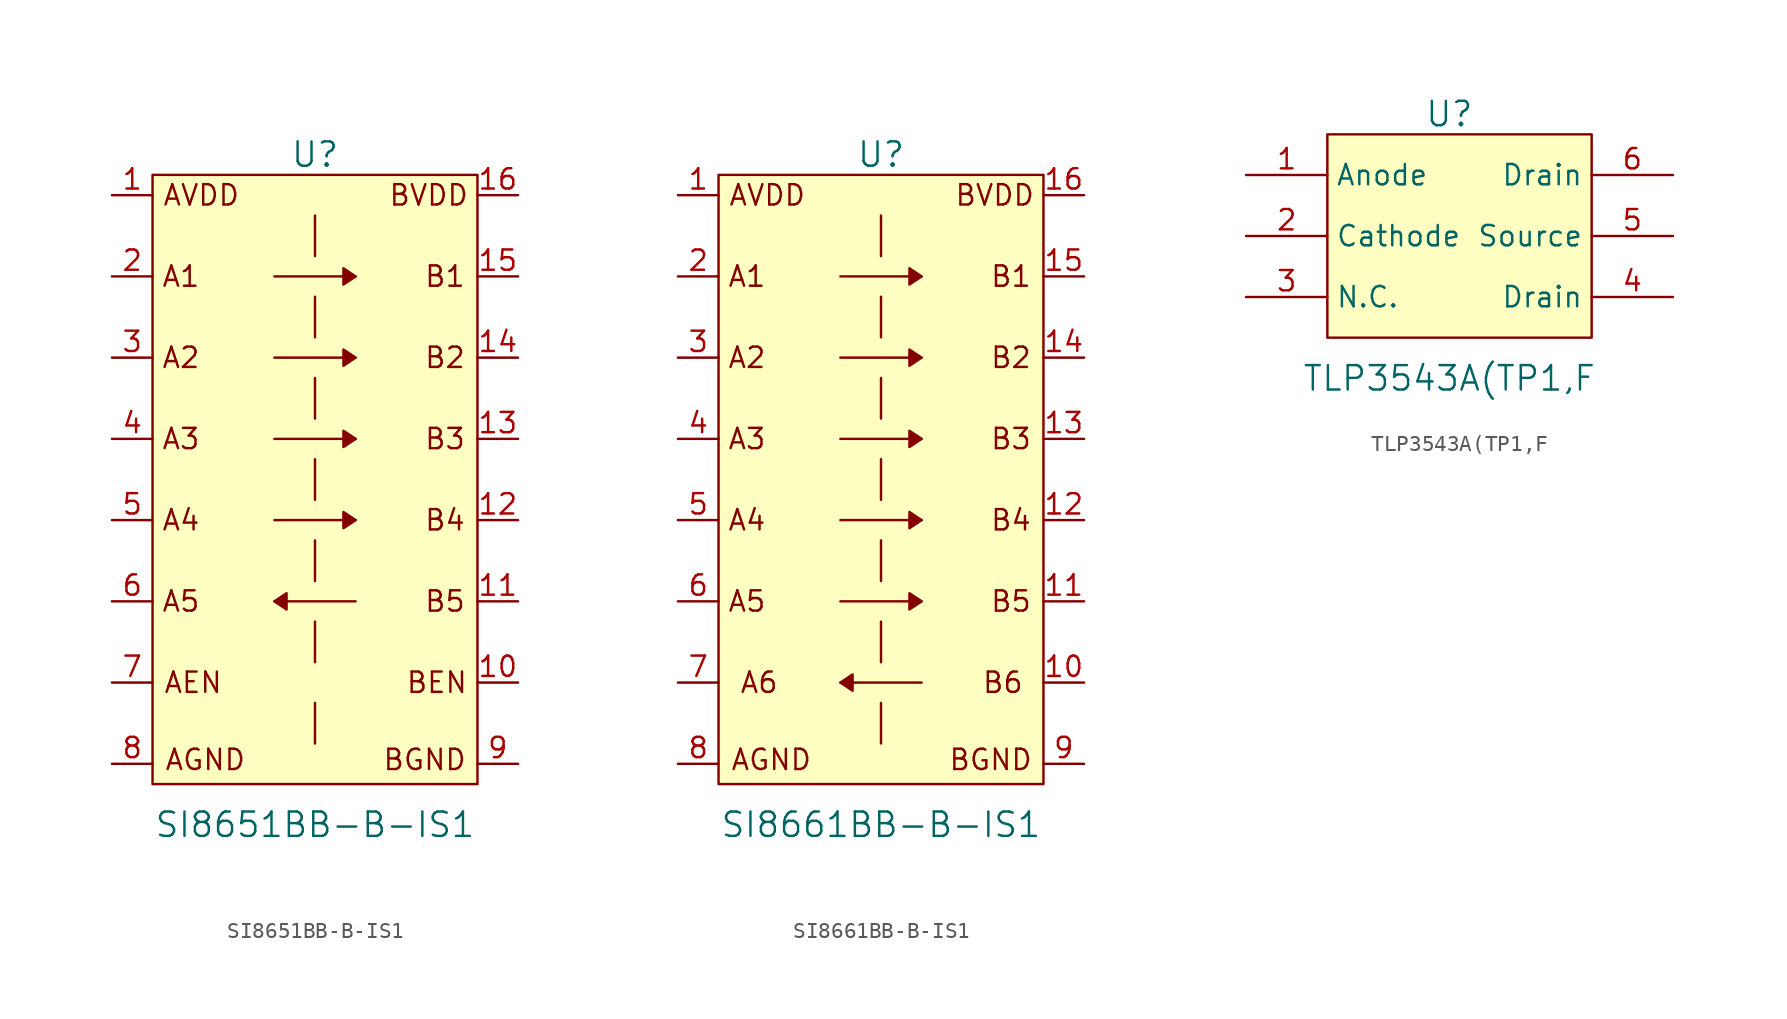
<source format=kicad_sym>
(kicad_symbol_lib
  (version 20211014)
  (generator kicad_symbol_editor)
  (symbol "SI8651BB-B-IS1"
    (pin_names
      (offset 0) hide)
    (property "Reference" "U"
      (at 0 20.32 0)
      (effects (font (size 1.524 1.524))))
    (property "Value" "SI8651BB-B-IS1"
      (at 0 -21.59 0)
      (effects (font (size 1.524 1.524))))
    (symbol "SI8651BB-B-IS1_0_0"
      (polyline (pts (xy -2.54 -7.62) (xy 2.54 -7.62)) (stroke (width 0) (type default) (color 0 0 0 0)) (fill (type none)))
      (polyline (pts (xy -2.54 -2.54) (xy 2.54 -2.54)) (stroke (width 0) (type default) (color 0 0 0 0)) (fill (type none)))
      (polyline (pts (xy -2.54 2.54) (xy 2.54 2.54)) (stroke (width 0) (type default) (color 0 0 0 0)) (fill (type none)))
      (polyline (pts (xy -2.54 7.62) (xy 2.54 7.62)) (stroke (width 0) (type default) (color 0 0 0 0)) (fill (type none)))
      (polyline (pts (xy -2.54 12.7) (xy 2.54 12.7)) (stroke (width 0) (type default) (color 0 0 0 0)) (fill (type none)))
      (polyline (pts (xy 0 -13.97) (xy 0 -16.51)) (stroke (width 0) (type default) (color 0 0 0 0)) (fill (type none)))
      (polyline (pts (xy 0 -8.89) (xy 0 -11.43)) (stroke (width 0) (type default) (color 0 0 0 0)) (fill (type none)))
      (polyline (pts (xy 0 -3.81) (xy 0 -6.35)) (stroke (width 0) (type default) (color 0 0 0 0)) (fill (type none)))
      (polyline (pts (xy 0 1.27) (xy 0 -1.27)) (stroke (width 0) (type default) (color 0 0 0 0)) (fill (type none)))
      (polyline (pts (xy 0 6.35) (xy 0 3.81)) (stroke (width 0) (type default) (color 0 0 0 0)) (fill (type none)))
      (polyline (pts (xy 0 11.43) (xy 0 8.89)) (stroke (width 0) (type default) (color 0 0 0 0)) (fill (type none)))
      (polyline (pts (xy 0 16.51) (xy 0 13.97)) (stroke (width 0) (type default) (color 0 0 0 0)) (fill (type none)))
      (polyline (pts (xy -2.54 -7.62) (xy -1.778 -7.112) (xy -1.778 -8.128) (xy -2.54 -7.62)) (stroke (width 0) (type default) (color 0 0 0 0)) (fill (type outline)))
      (polyline (pts (xy 2.54 -2.54) (xy 1.778 -2.032) (xy 1.778 -3.048) (xy 2.54 -2.54)) (stroke (width 0) (type default) (color 0 0 0 0)) (fill (type outline)))
      (polyline (pts (xy 2.54 2.54) (xy 1.778 3.048) (xy 1.778 2.032) (xy 2.54 2.54)) (stroke (width 0) (type default) (color 0 0 0 0)) (fill (type outline)))
      (polyline (pts (xy 2.54 7.62) (xy 1.778 8.128) (xy 1.778 7.112) (xy 2.54 7.62)) (stroke (width 0) (type default) (color 0 0 0 0)) (fill (type outline)))
      (polyline (pts (xy 2.54 12.7) (xy 1.778 13.208) (xy 1.778 12.192) (xy 2.54 12.7)) (stroke (width 0) (type default) (color 0 0 0 0)) (fill (type outline)))
      (polyline (pts (xy -10.16 19.05) (xy 10.16 19.05) (xy 10.16 -19.05) (xy -10.16 -19.05) (xy -10.16 1.27) (xy -10.16 19.05)) (stroke (width 0) (type default) (color 0 0 0 0)) (fill (type background)))
      (text "A1" (at -8.382 12.7 0) (effects (font (size 1.27 1.27))))
      (text "A2" (at -8.382 7.62 0) (effects (font (size 1.27 1.27))))
      (text "A3" (at -8.382 2.54 0) (effects (font (size 1.27 1.27))))
      (text "A4" (at -8.382 -2.54 0) (effects (font (size 1.27 1.27))))
      (text "A5" (at -8.382 -7.62 0) (effects (font (size 1.27 1.27))))
      (text "AEN" (at -7.62 -12.7 0) (effects (font (size 1.27 1.27))))
      (text "AGND" (at -6.858 -17.526 0) (effects (font (size 1.27 1.27))))
      (text "AVDD" (at -7.112 17.78 0) (effects (font (size 1.27 1.27))))
      (text "B1" (at 8.128 12.7 0) (effects (font (size 1.27 1.27))))
      (text "B2" (at 8.128 7.62 0) (effects (font (size 1.27 1.27))))
      (text "B3" (at 8.128 2.54 0) (effects (font (size 1.27 1.27))))
      (text "B4" (at 8.128 -2.54 0) (effects (font (size 1.27 1.27))))
      (text "B5" (at 8.128 -7.62 0) (effects (font (size 1.27 1.27))))
      (text "BEN" (at 7.62 -12.7 0) (effects (font (size 1.27 1.27))))
      (text "BGND" (at 6.858 -17.526 0) (effects (font (size 1.27 1.27))))
      (text "BVDD" (at 7.112 17.78 0) (effects (font (size 1.27 1.27)))))
    (symbol "SI8651BB-B-IS1_1_1"
      (pin input line (at -12.7 17.78 0) (length 2.54) (name "AVDD" (effects (font (size 1.27 1.27)))) (number "1" (effects (font (size 1.27 1.27)))))
      (pin input line (at 12.7 -12.7 180) (length 2.54) (name "BEN" (effects (font (size 1.27 1.27)))) (number "10" (effects (font (size 1.27 1.27)))))
      (pin input line (at 12.7 -7.62 180) (length 2.54) (name "B5" (effects (font (size 1.27 1.27)))) (number "11" (effects (font (size 1.27 1.27)))))
      (pin input line (at 12.7 -2.54 180) (length 2.54) (name "B4" (effects (font (size 1.27 1.27)))) (number "12" (effects (font (size 1.27 1.27)))))
      (pin input line (at 12.7 2.54 180) (length 2.54) (name "B3" (effects (font (size 1.27 1.27)))) (number "13" (effects (font (size 1.27 1.27)))))
      (pin input line (at 12.7 7.62 180) (length 2.54) (name "B2" (effects (font (size 1.27 1.27)))) (number "14" (effects (font (size 1.27 1.27)))))
      (pin input line (at 12.7 12.7 180) (length 2.54) (name "B1" (effects (font (size 1.27 1.27)))) (number "15" (effects (font (size 1.27 1.27)))))
      (pin input line (at 12.7 17.78 180) (length 2.54) (name "BVDD" (effects (font (size 1.27 1.27)))) (number "16" (effects (font (size 1.27 1.27)))))
      (pin input line (at -12.7 12.7 0) (length 2.54) (name "A1" (effects (font (size 1.27 1.27)))) (number "2" (effects (font (size 1.27 1.27)))))
      (pin input line (at -12.7 7.62 0) (length 2.54) (name "A2" (effects (font (size 1.27 1.27)))) (number "3" (effects (font (size 1.27 1.27)))))
      (pin input line (at -12.7 2.54 0) (length 2.54) (name "A3" (effects (font (size 1.27 1.27)))) (number "4" (effects (font (size 1.27 1.27)))))
      (pin input line (at -12.7 -2.54 0) (length 2.54) (name "A4" (effects (font (size 1.27 1.27)))) (number "5" (effects (font (size 1.27 1.27)))))
      (pin input line (at -12.7 -7.62 0) (length 2.54) (name "A5" (effects (font (size 1.27 1.27)))) (number "6" (effects (font (size 1.27 1.27)))))
      (pin input line (at -12.7 -12.7 0) (length 2.54) (name "AEN" (effects (font (size 1.27 1.27)))) (number "7" (effects (font (size 1.27 1.27)))))
      (pin input line (at -12.7 -17.78 0) (length 2.54) (name "AGND" (effects (font (size 1.27 1.27)))) (number "8" (effects (font (size 1.27 1.27)))))
      (pin input line (at 12.7 -17.78 180) (length 2.54) (name "BGND" (effects (font (size 1.27 1.27)))) (number "9" (effects (font (size 1.27 1.27)))))))
  (symbol "SI8661BB-B-IS1"
    (pin_names
      (offset 0) hide)
    (property "Reference" "U"
      (at 0 20.32 0)
      (effects (font (size 1.524 1.524))))
    (property "Value" "SI8661BB-B-IS1"
      (at 0 -21.59 0)
      (effects (font (size 1.524 1.524))))
    (symbol "SI8661BB-B-IS1_0_0"
      (polyline (pts (xy -2.54 -12.7) (xy 2.54 -12.7)) (stroke (width 0) (type default) (color 0 0 0 0)) (fill (type none)))
      (polyline (pts (xy -2.54 -2.54) (xy 2.54 -2.54)) (stroke (width 0) (type default) (color 0 0 0 0)) (fill (type none)))
      (polyline (pts (xy -2.54 2.54) (xy 2.54 2.54)) (stroke (width 0) (type default) (color 0 0 0 0)) (fill (type none)))
      (polyline (pts (xy -2.54 7.62) (xy 2.54 7.62)) (stroke (width 0) (type default) (color 0 0 0 0)) (fill (type none)))
      (polyline (pts (xy -2.54 12.7) (xy 2.54 12.7)) (stroke (width 0) (type default) (color 0 0 0 0)) (fill (type none)))
      (polyline (pts (xy 0 -13.97) (xy 0 -16.51)) (stroke (width 0) (type default) (color 0 0 0 0)) (fill (type none)))
      (polyline (pts (xy 0 -8.89) (xy 0 -11.43)) (stroke (width 0) (type default) (color 0 0 0 0)) (fill (type none)))
      (polyline (pts (xy 0 -3.81) (xy 0 -6.35)) (stroke (width 0) (type default) (color 0 0 0 0)) (fill (type none)))
      (polyline (pts (xy 0 1.27) (xy 0 -1.27)) (stroke (width 0) (type default) (color 0 0 0 0)) (fill (type none)))
      (polyline (pts (xy 0 6.35) (xy 0 3.81)) (stroke (width 0) (type default) (color 0 0 0 0)) (fill (type none)))
      (polyline (pts (xy 0 11.43) (xy 0 8.89)) (stroke (width 0) (type default) (color 0 0 0 0)) (fill (type none)))
      (polyline (pts (xy 0 16.51) (xy 0 13.97)) (stroke (width 0) (type default) (color 0 0 0 0)) (fill (type none)))
      (polyline (pts (xy -2.54 -12.7) (xy -1.778 -12.192) (xy -1.778 -13.208) (xy -2.54 -12.7)) (stroke (width 0) (type default) (color 0 0 0 0)) (fill (type outline)))
      (polyline (pts (xy 2.54 -2.54) (xy 1.778 -2.032) (xy 1.778 -3.048) (xy 2.54 -2.54)) (stroke (width 0) (type default) (color 0 0 0 0)) (fill (type outline)))
      (polyline (pts (xy 2.54 2.54) (xy 1.778 3.048) (xy 1.778 2.032) (xy 2.54 2.54)) (stroke (width 0) (type default) (color 0 0 0 0)) (fill (type outline)))
      (polyline (pts (xy 2.54 7.62) (xy 1.778 8.128) (xy 1.778 7.112) (xy 2.54 7.62)) (stroke (width 0) (type default) (color 0 0 0 0)) (fill (type outline)))
      (polyline (pts (xy 2.54 12.7) (xy 1.778 13.208) (xy 1.778 12.192) (xy 2.54 12.7)) (stroke (width 0) (type default) (color 0 0 0 0)) (fill (type outline)))
      (polyline (pts (xy -10.16 19.05) (xy 10.16 19.05) (xy 10.16 -19.05) (xy -10.16 -19.05) (xy -10.16 1.27) (xy -10.16 19.05)) (stroke (width 0) (type default) (color 0 0 0 0)) (fill (type background)))
      (text "A1" (at -8.382 12.7 0) (effects (font (size 1.27 1.27))))
      (text "A2" (at -8.382 7.62 0) (effects (font (size 1.27 1.27))))
      (text "A3" (at -8.382 2.54 0) (effects (font (size 1.27 1.27))))
      (text "A4" (at -8.382 -2.54 0) (effects (font (size 1.27 1.27))))
      (text "A5" (at -8.382 -7.62 0) (effects (font (size 1.27 1.27))))
      (text "A6" (at -7.62 -12.7 0) (effects (font (size 1.27 1.27))))
      (text "AGND" (at -6.858 -17.526 0) (effects (font (size 1.27 1.27))))
      (text "AVDD" (at -7.112 17.78 0) (effects (font (size 1.27 1.27))))
      (text "B1" (at 8.128 12.7 0) (effects (font (size 1.27 1.27))))
      (text "B2" (at 8.128 7.62 0) (effects (font (size 1.27 1.27))))
      (text "B3" (at 8.128 2.54 0) (effects (font (size 1.27 1.27))))
      (text "B4" (at 8.128 -2.54 0) (effects (font (size 1.27 1.27))))
      (text "B5" (at 8.128 -7.62 0) (effects (font (size 1.27 1.27))))
      (text "B6" (at 7.62 -12.7 0) (effects (font (size 1.27 1.27))))
      (text "BGND" (at 6.858 -17.526 0) (effects (font (size 1.27 1.27))))
      (text "BVDD" (at 7.112 17.78 0) (effects (font (size 1.27 1.27)))))
    (symbol "SI8661BB-B-IS1_1_0"
      (polyline (pts (xy -2.54 -7.62) (xy 2.54 -7.62)) (stroke (width 0) (type default) (color 0 0 0 0)) (fill (type none)))
      (polyline (pts (xy 2.54 -7.62) (xy 1.778 -7.112) (xy 1.778 -8.128) (xy 2.54 -7.62)) (stroke (width 0) (type default) (color 0 0 0 0)) (fill (type outline))))
    (symbol "SI8661BB-B-IS1_1_1"
      (pin input line (at -12.7 17.78 0) (length 2.54) (name "AVDD" (effects (font (size 1.27 1.27)))) (number "1" (effects (font (size 1.27 1.27)))))
      (pin input line (at 12.7 -12.7 180) (length 2.54) (name "BEN" (effects (font (size 1.27 1.27)))) (number "10" (effects (font (size 1.27 1.27)))))
      (pin input line (at 12.7 -7.62 180) (length 2.54) (name "B5" (effects (font (size 1.27 1.27)))) (number "11" (effects (font (size 1.27 1.27)))))
      (pin input line (at 12.7 -2.54 180) (length 2.54) (name "B4" (effects (font (size 1.27 1.27)))) (number "12" (effects (font (size 1.27 1.27)))))
      (pin input line (at 12.7 2.54 180) (length 2.54) (name "B3" (effects (font (size 1.27 1.27)))) (number "13" (effects (font (size 1.27 1.27)))))
      (pin input line (at 12.7 7.62 180) (length 2.54) (name "B2" (effects (font (size 1.27 1.27)))) (number "14" (effects (font (size 1.27 1.27)))))
      (pin input line (at 12.7 12.7 180) (length 2.54) (name "B1" (effects (font (size 1.27 1.27)))) (number "15" (effects (font (size 1.27 1.27)))))
      (pin input line (at 12.7 17.78 180) (length 2.54) (name "BVDD" (effects (font (size 1.27 1.27)))) (number "16" (effects (font (size 1.27 1.27)))))
      (pin input line (at -12.7 12.7 0) (length 2.54) (name "A1" (effects (font (size 1.27 1.27)))) (number "2" (effects (font (size 1.27 1.27)))))
      (pin input line (at -12.7 7.62 0) (length 2.54) (name "A2" (effects (font (size 1.27 1.27)))) (number "3" (effects (font (size 1.27 1.27)))))
      (pin input line (at -12.7 2.54 0) (length 2.54) (name "A3" (effects (font (size 1.27 1.27)))) (number "4" (effects (font (size 1.27 1.27)))))
      (pin input line (at -12.7 -2.54 0) (length 2.54) (name "A4" (effects (font (size 1.27 1.27)))) (number "5" (effects (font (size 1.27 1.27)))))
      (pin input line (at -12.7 -7.62 0) (length 2.54) (name "A5" (effects (font (size 1.27 1.27)))) (number "6" (effects (font (size 1.27 1.27)))))
      (pin input line (at -12.7 -12.7 0) (length 2.54) (name "AEN" (effects (font (size 1.27 1.27)))) (number "7" (effects (font (size 1.27 1.27)))))
      (pin input line (at -12.7 -17.78 0) (length 2.54) (name "AGND" (effects (font (size 1.27 1.27)))) (number "8" (effects (font (size 1.27 1.27)))))
      (pin input line (at 12.7 -17.78 180) (length 2.54) (name "BGND" (effects (font (size 1.27 1.27)))) (number "9" (effects (font (size 1.27 1.27)))))))
  (symbol "TLP3543A(TP1,F"
    (property "Reference" "U"
      (at 0 6.35 0)
      (effects (font (size 1.524 1.524))))
    (property "Value" "TLP3543A(TP1,F"
      (at 0 -10.16 0)
      (effects (font (size 1.524 1.524))))
    (symbol "TLP3543A(TP1,F_0_1"
      (rectangle (start -7.62 5.08) (end 8.89 -7.62) (stroke (width 0) (type default) (color 0 0 0 0)) (fill (type background))))
    (symbol "TLP3543A(TP1,F_1_1"
      (pin passive line (at -12.7 2.54 0) (length 5.08) (name "Anode" (effects (font (size 1.27 1.27)))) (number "1" (effects (font (size 1.27 1.27)))))
      (pin passive line (at -12.7 -1.27 0) (length 5.08) (name "Cathode" (effects (font (size 1.27 1.27)))) (number "2" (effects (font (size 1.27 1.27)))))
      (pin passive line (at -12.7 -5.08 0) (length 5.08) (name "N.C." (effects (font (size 1.27 1.27)))) (number "3" (effects (font (size 1.27 1.27)))))
      (pin passive line (at 13.97 -5.08 180) (length 5.08) (name "Drain" (effects (font (size 1.27 1.27)))) (number "4" (effects (font (size 1.27 1.27)))))
      (pin passive line (at 13.97 -1.27 180) (length 5.08) (name "Source" (effects (font (size 1.27 1.27)))) (number "5" (effects (font (size 1.27 1.27)))))
      (pin passive line (at 13.97 2.54 180) (length 5.08) (name "Drain" (effects (font (size 1.27 1.27)))) (number "6" (effects (font (size 1.27 1.27))))))))
</source>
